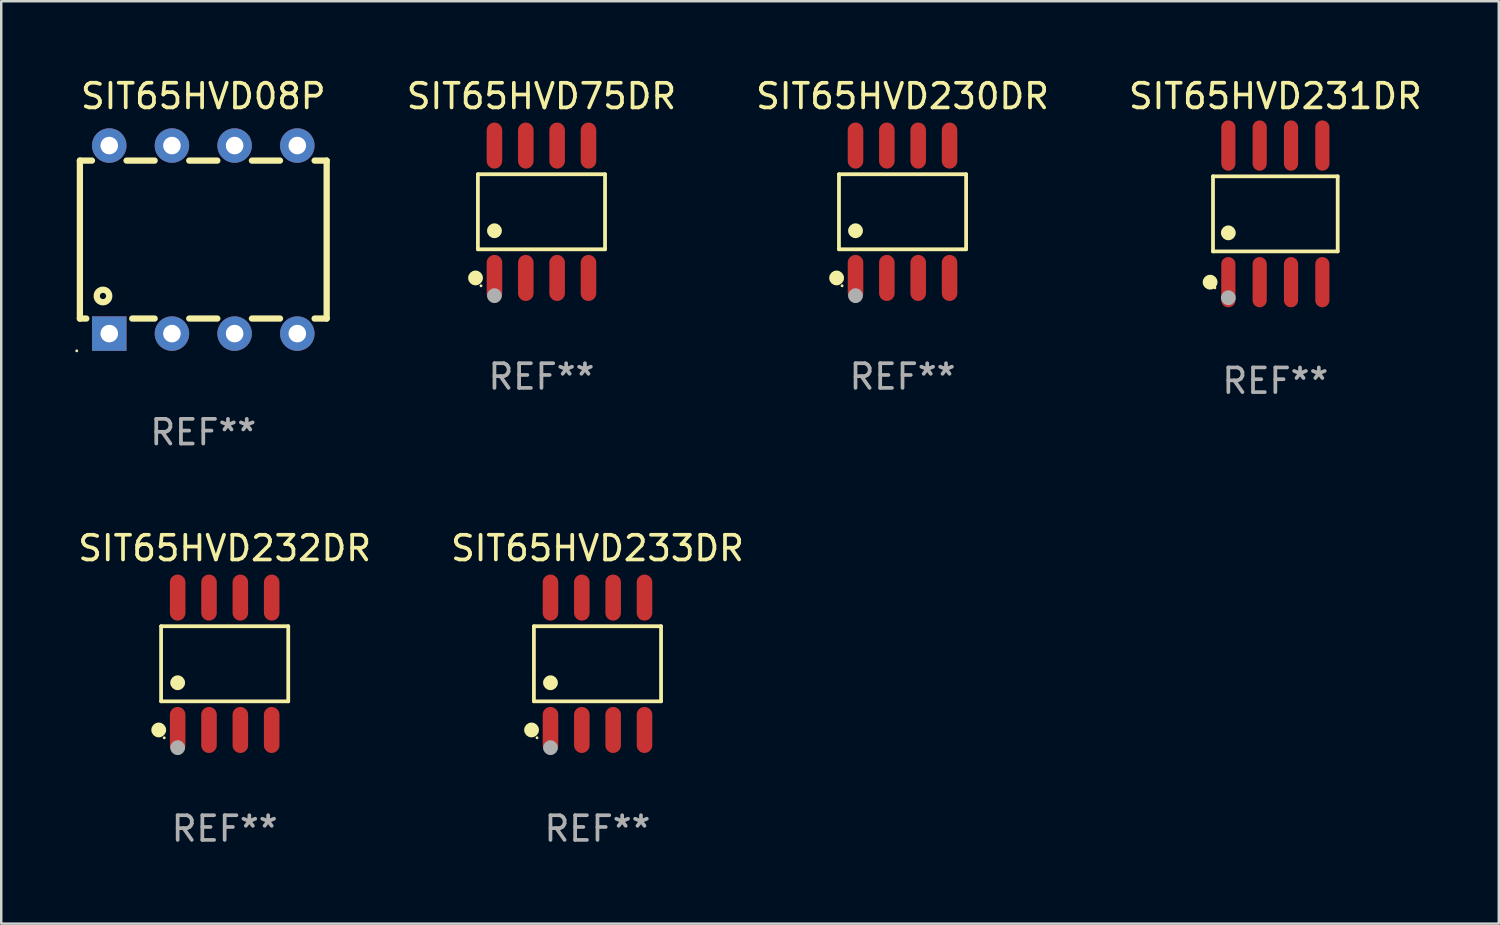
<source format=kicad_pcb>
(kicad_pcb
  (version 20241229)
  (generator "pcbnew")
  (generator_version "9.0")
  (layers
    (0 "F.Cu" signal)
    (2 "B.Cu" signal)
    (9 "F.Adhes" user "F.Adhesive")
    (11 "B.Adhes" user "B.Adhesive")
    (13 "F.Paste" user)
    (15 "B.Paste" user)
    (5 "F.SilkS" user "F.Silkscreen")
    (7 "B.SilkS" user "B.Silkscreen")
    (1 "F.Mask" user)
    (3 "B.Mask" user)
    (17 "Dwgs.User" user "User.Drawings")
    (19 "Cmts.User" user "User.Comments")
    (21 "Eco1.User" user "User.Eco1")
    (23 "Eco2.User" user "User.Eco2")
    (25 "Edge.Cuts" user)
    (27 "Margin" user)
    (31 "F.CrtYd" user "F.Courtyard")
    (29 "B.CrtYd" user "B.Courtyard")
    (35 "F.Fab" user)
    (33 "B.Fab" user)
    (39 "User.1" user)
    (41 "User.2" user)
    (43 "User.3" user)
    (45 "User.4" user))
  (footprint "SIT65HVD75DR"
    (layer "F.Cu")
    (at 18.891 5.531)
    (property "Reference" "SIT65HVD75DR" (at 0 -4.682 0) (layer "F.SilkS") (effects (font (size 1 1) (thickness 0.15))))
    (attr through_hole)
    (fp_line (start -2.576 -1.521) (end 2.576 -1.521) (stroke (width 0.152) (type solid)) (layer "F.SilkS"))
    (fp_line (start -2.576 1.521) (end -2.576 -1.521) (stroke (width 0.152) (type solid)) (layer "F.SilkS"))
    (fp_line (start 2.576 -1.521) (end 2.576 1.521) (stroke (width 0.152) (type solid)) (layer "F.SilkS"))
    (fp_line (start 2.576 1.521) (end -2.576 1.521) (stroke (width 0.152) (type solid)) (layer "F.SilkS"))
    (fp_circle (center -2.672 2.682) (end -2.522 2.682) (stroke (width 0.3) (type solid)) (fill no) (layer "F.SilkS"))
    (fp_circle (center -2.45 3) (end -2.42 3) (stroke (width 0.06) (type solid)) (fill no) (layer "F.SilkS"))
    (fp_circle (center -1.905 0.769) (end -1.755 0.769) (stroke (width 0.3) (type solid)) (fill no) (layer "F.SilkS"))
    (fp_circle (center -1.905 3.4) (end -1.755 3.4) (stroke (width 0.3) (type solid)) (fill no) (layer "F.Fab"))
    (fp_text user "REF**" (at 0 6.682 0) (layer "F.Fab") (effects (font (size 1 1) (thickness 0.15))))
    (pad "1" smd oval (at -1.905 2.682) (size 0.63 1.865) (layers "F.Cu" "F.Mask" "F.Paste"))
    (pad "2" smd oval (at -0.635 2.682) (size 0.63 1.865) (layers "F.Cu" "F.Mask" "F.Paste"))
    (pad "3" smd oval (at 0.635 2.682) (size 0.63 1.865) (layers "F.Cu" "F.Mask" "F.Paste"))
    (pad "4" smd oval (at 1.905 2.682) (size 0.63 1.865) (layers "F.Cu" "F.Mask" "F.Paste"))
    (pad "5" smd oval (at 1.905 -2.682) (size 0.63 1.865) (layers "F.Cu" "F.Mask" "F.Paste"))
    (pad "6" smd oval (at 0.635 -2.682) (size 0.63 1.865) (layers "F.Cu" "F.Mask" "F.Paste"))
    (pad "7" smd oval (at -0.635 -2.682) (size 0.63 1.865) (layers "F.Cu" "F.Mask" "F.Paste"))
    (pad "8" smd oval (at -1.905 -2.682) (size 0.63 1.865) (layers "F.Cu" "F.Mask" "F.Paste")))
  (footprint "SIT65HVD230DR"
    (layer "F.Cu")
    (at 33.522 5.531)
    (property "Reference" "SIT65HVD230DR" (at 0 -4.682 0) (layer "F.SilkS") (effects (font (size 1 1) (thickness 0.15))))
    (attr through_hole)
    (fp_line (start -2.576 -1.521) (end 2.576 -1.521) (stroke (width 0.152) (type solid)) (layer "F.SilkS"))
    (fp_line (start -2.576 1.521) (end -2.576 -1.521) (stroke (width 0.152) (type solid)) (layer "F.SilkS"))
    (fp_line (start 2.576 -1.521) (end 2.576 1.521) (stroke (width 0.152) (type solid)) (layer "F.SilkS"))
    (fp_line (start 2.576 1.521) (end -2.576 1.521) (stroke (width 0.152) (type solid)) (layer "F.SilkS"))
    (fp_circle (center -2.672 2.682) (end -2.522 2.682) (stroke (width 0.3) (type solid)) (fill no) (layer "F.SilkS"))
    (fp_circle (center -2.45 3) (end -2.42 3) (stroke (width 0.06) (type solid)) (fill no) (layer "F.SilkS"))
    (fp_circle (center -1.905 0.769) (end -1.755 0.769) (stroke (width 0.3) (type solid)) (fill no) (layer "F.SilkS"))
    (fp_circle (center -1.905 3.4) (end -1.755 3.4) (stroke (width 0.3) (type solid)) (fill no) (layer "F.Fab"))
    (fp_text user "REF**" (at 0 6.682 0) (layer "F.Fab") (effects (font (size 1 1) (thickness 0.15))))
    (pad "1" smd oval (at -1.905 2.682) (size 0.63 1.865) (layers "F.Cu" "F.Mask" "F.Paste"))
    (pad "2" smd oval (at -0.635 2.682) (size 0.63 1.865) (layers "F.Cu" "F.Mask" "F.Paste"))
    (pad "3" smd oval (at 0.635 2.682) (size 0.63 1.865) (layers "F.Cu" "F.Mask" "F.Paste"))
    (pad "4" smd oval (at 1.905 2.682) (size 0.63 1.865) (layers "F.Cu" "F.Mask" "F.Paste"))
    (pad "5" smd oval (at 1.905 -2.682) (size 0.63 1.865) (layers "F.Cu" "F.Mask" "F.Paste"))
    (pad "6" smd oval (at 0.635 -2.682) (size 0.63 1.865) (layers "F.Cu" "F.Mask" "F.Paste"))
    (pad "7" smd oval (at -0.635 -2.682) (size 0.63 1.865) (layers "F.Cu" "F.Mask" "F.Paste"))
    (pad "8" smd oval (at -1.905 -2.682) (size 0.63 1.865) (layers "F.Cu" "F.Mask" "F.Paste")))
  (footprint "SIT65HVD233DR"
    (layer "F.Cu")
    (at 21.161 23.847)
    (property "Reference" "SIT65HVD233DR" (at 0 -4.682 0) (layer "F.SilkS") (effects (font (size 1 1) (thickness 0.15))))
    (attr through_hole)
    (fp_line (start -2.576 -1.521) (end 2.576 -1.521) (stroke (width 0.152) (type solid)) (layer "F.SilkS"))
    (fp_line (start -2.576 1.521) (end -2.576 -1.521) (stroke (width 0.152) (type solid)) (layer "F.SilkS"))
    (fp_line (start 2.576 -1.521) (end 2.576 1.521) (stroke (width 0.152) (type solid)) (layer "F.SilkS"))
    (fp_line (start 2.576 1.521) (end -2.576 1.521) (stroke (width 0.152) (type solid)) (layer "F.SilkS"))
    (fp_circle (center -2.672 2.682) (end -2.522 2.682) (stroke (width 0.3) (type solid)) (fill no) (layer "F.SilkS"))
    (fp_circle (center -2.45 3) (end -2.42 3) (stroke (width 0.06) (type solid)) (fill no) (layer "F.SilkS"))
    (fp_circle (center -1.905 0.769) (end -1.755 0.769) (stroke (width 0.3) (type solid)) (fill no) (layer "F.SilkS"))
    (fp_circle (center -1.905 3.4) (end -1.755 3.4) (stroke (width 0.3) (type solid)) (fill no) (layer "F.Fab"))
    (fp_text user "REF**" (at 0 6.682 0) (layer "F.Fab") (effects (font (size 1 1) (thickness 0.15))))
    (pad "1" smd oval (at -1.905 2.682) (size 0.63 1.865) (layers "F.Cu" "F.Mask" "F.Paste"))
    (pad "2" smd oval (at -0.635 2.682) (size 0.63 1.865) (layers "F.Cu" "F.Mask" "F.Paste"))
    (pad "3" smd oval (at 0.635 2.682) (size 0.63 1.865) (layers "F.Cu" "F.Mask" "F.Paste"))
    (pad "4" smd oval (at 1.905 2.682) (size 0.63 1.865) (layers "F.Cu" "F.Mask" "F.Paste"))
    (pad "5" smd oval (at 1.905 -2.682) (size 0.63 1.865) (layers "F.Cu" "F.Mask" "F.Paste"))
    (pad "6" smd oval (at 0.635 -2.682) (size 0.63 1.865) (layers "F.Cu" "F.Mask" "F.Paste"))
    (pad "7" smd oval (at -0.635 -2.682) (size 0.63 1.865) (layers "F.Cu" "F.Mask" "F.Paste"))
    (pad "8" smd oval (at -1.905 -2.682) (size 0.63 1.865) (layers "F.Cu" "F.Mask" "F.Paste")))
  (footprint "SIT65HVD08P"
    (layer "F.Cu")
    (at 5.187 6.658)
    (property "Reference" "SIT65HVD08P" (at 0 -5.81 0) (layer "F.SilkS") (effects (font (size 1 1) (thickness 0.15))))
    (attr through_hole)
    (fp_line (start -5 -3.2) (end -5 3.2) (stroke (width 0.254) (type solid)) (layer "F.SilkS"))
    (fp_line (start -5 -3.2) (end -4.511 -3.2) (stroke (width 0.254) (type solid)) (layer "F.SilkS"))
    (fp_line (start -5 3.2) (end -4.74 3.2) (stroke (width 0.254) (type solid)) (layer "F.SilkS"))
    (fp_line (start -3.109 -3.2) (end -1.971 -3.2) (stroke (width 0.254) (type solid)) (layer "F.SilkS"))
    (fp_line (start -2.88 3.2) (end -1.971 3.2) (stroke (width 0.254) (type solid)) (layer "F.SilkS"))
    (fp_line (start -0.569 -3.2) (end 0.569 -3.2) (stroke (width 0.254) (type solid)) (layer "F.SilkS"))
    (fp_line (start -0.569 3.2) (end 0.569 3.2) (stroke (width 0.254) (type solid)) (layer "F.SilkS"))
    (fp_line (start 1.971 -3.2) (end 3.109 -3.2) (stroke (width 0.254) (type solid)) (layer "F.SilkS"))
    (fp_line (start 1.971 3.2) (end 3.109 3.2) (stroke (width 0.254) (type solid)) (layer "F.SilkS"))
    (fp_line (start 4.511 -3.2) (end 5 -3.2) (stroke (width 0.254) (type solid)) (layer "F.SilkS"))
    (fp_line (start 4.511 3.2) (end 5 3.2) (stroke (width 0.254) (type solid)) (layer "F.SilkS"))
    (fp_line (start 5 -3.2) (end 5 3.2) (stroke (width 0.254) (type solid)) (layer "F.SilkS"))
    (fp_circle (center -5.127 4.509) (end -5.097 4.509) (stroke (width 0.06) (type solid)) (fill no) (layer "F.SilkS"))
    (fp_circle (center -4.064 2.286) (end -3.81 2.286) (stroke (width 0.254) (type solid)) (fill no) (layer "F.SilkS"))
    (fp_text user "REF**" (at 0 7.81 0) (layer "F.Fab") (effects (font (size 1 1) (thickness 0.15))))
    (pad "1" thru_hole rect (at -3.81 3.81) (size 1.397 1.397) (drill 0.711) (layers "*.Cu" "*.Mask"))
    (pad "2" thru_hole circle (at -1.27 3.81) (size 1.397 1.397) (drill 0.711) (layers "*.Cu" "*.Mask"))
    (pad "3" thru_hole circle (at 1.27 3.81) (size 1.397 1.397) (drill 0.711) (layers "*.Cu" "*.Mask"))
    (pad "4" thru_hole circle (at 3.81 3.81) (size 1.397 1.397) (drill 0.711) (layers "*.Cu" "*.Mask"))
    (pad "5" thru_hole circle (at 3.81 -3.81) (size 1.397 1.397) (drill 0.711) (layers "*.Cu" "*.Mask"))
    (pad "6" thru_hole circle (at 1.27 -3.81) (size 1.397 1.397) (drill 0.711) (layers "*.Cu" "*.Mask"))
    (pad "7" thru_hole circle (at -1.27 -3.81) (size 1.397 1.397) (drill 0.711) (layers "*.Cu" "*.Mask"))
    (pad "8" thru_hole circle (at -3.81 -3.81) (size 1.397 1.397) (drill 0.711) (layers "*.Cu" "*.Mask")))
  (footprint "SIT65HVD231DR"
    (layer "F.Cu")
    (at 48.629 5.616)
    (property "Reference" "SIT65HVD231DR" (at 0 -4.768 0) (layer "F.SilkS") (effects (font (size 1 1) (thickness 0.15))))
    (attr through_hole)
    (fp_line (start -2.526 -1.521) (end 2.526 -1.521) (stroke (width 0.152) (type solid)) (layer "F.SilkS"))
    (fp_line (start -2.526 1.521) (end -2.526 -1.521) (stroke (width 0.152) (type solid)) (layer "F.SilkS"))
    (fp_line (start 2.526 -1.521) (end 2.526 1.521) (stroke (width 0.152) (type solid)) (layer "F.SilkS"))
    (fp_line (start 2.526 1.521) (end -2.526 1.521) (stroke (width 0.152) (type solid)) (layer "F.SilkS"))
    (fp_circle (center -2.644 2.768) (end -2.494 2.768) (stroke (width 0.3) (type solid)) (fill no) (layer "F.SilkS"))
    (fp_circle (center -2.45 2.998) (end -2.42 2.998) (stroke (width 0.06) (type solid)) (fill no) (layer "F.SilkS"))
    (fp_circle (center -1.905 0.769) (end -1.755 0.769) (stroke (width 0.3) (type solid)) (fill no) (layer "F.SilkS"))
    (fp_circle (center -1.905 3.398) (end -1.755 3.398) (stroke (width 0.3) (type solid)) (fill no) (layer "F.Fab"))
    (fp_text user "REF**" (at 0 6.768 0) (layer "F.Fab") (effects (font (size 1 1) (thickness 0.15))))
    (pad "1" smd oval (at -1.905 2.768) (size 0.574 2.036) (layers "F.Cu" "F.Mask" "F.Paste"))
    (pad "2" smd oval (at -0.635 2.768) (size 0.574 2.036) (layers "F.Cu" "F.Mask" "F.Paste"))
    (pad "3" smd oval (at 0.635 2.768) (size 0.574 2.036) (layers "F.Cu" "F.Mask" "F.Paste"))
    (pad "4" smd oval (at 1.905 2.768) (size 0.574 2.036) (layers "F.Cu" "F.Mask" "F.Paste"))
    (pad "5" smd oval (at 1.905 -2.768) (size 0.574 2.036) (layers "F.Cu" "F.Mask" "F.Paste"))
    (pad "6" smd oval (at 0.635 -2.768) (size 0.574 2.036) (layers "F.Cu" "F.Mask" "F.Paste"))
    (pad "7" smd oval (at -0.635 -2.768) (size 0.574 2.036) (layers "F.Cu" "F.Mask" "F.Paste"))
    (pad "8" smd oval (at -1.905 -2.768) (size 0.574 2.036) (layers "F.Cu" "F.Mask" "F.Paste")))
  (footprint "SIT65HVD232DR"
    (layer "F.Cu")
    (at 6.054 23.847)
    (property "Reference" "SIT65HVD232DR" (at 0 -4.682 0) (layer "F.SilkS") (effects (font (size 1 1) (thickness 0.15))))
    (attr through_hole)
    (fp_line (start -2.576 -1.521) (end 2.576 -1.521) (stroke (width 0.152) (type solid)) (layer "F.SilkS"))
    (fp_line (start -2.576 1.521) (end -2.576 -1.521) (stroke (width 0.152) (type solid)) (layer "F.SilkS"))
    (fp_line (start 2.576 -1.521) (end 2.576 1.521) (stroke (width 0.152) (type solid)) (layer "F.SilkS"))
    (fp_line (start 2.576 1.521) (end -2.576 1.521) (stroke (width 0.152) (type solid)) (layer "F.SilkS"))
    (fp_circle (center -2.672 2.682) (end -2.522 2.682) (stroke (width 0.3) (type solid)) (fill no) (layer "F.SilkS"))
    (fp_circle (center -2.45 3) (end -2.42 3) (stroke (width 0.06) (type solid)) (fill no) (layer "F.SilkS"))
    (fp_circle (center -1.905 0.769) (end -1.755 0.769) (stroke (width 0.3) (type solid)) (fill no) (layer "F.SilkS"))
    (fp_circle (center -1.905 3.4) (end -1.755 3.4) (stroke (width 0.3) (type solid)) (fill no) (layer "F.Fab"))
    (fp_text user "REF**" (at 0 6.682 0) (layer "F.Fab") (effects (font (size 1 1) (thickness 0.15))))
    (pad "1" smd oval (at -1.905 2.682) (size 0.63 1.865) (layers "F.Cu" "F.Mask" "F.Paste"))
    (pad "2" smd oval (at -0.635 2.682) (size 0.63 1.865) (layers "F.Cu" "F.Mask" "F.Paste"))
    (pad "3" smd oval (at 0.635 2.682) (size 0.63 1.865) (layers "F.Cu" "F.Mask" "F.Paste"))
    (pad "4" smd oval (at 1.905 2.682) (size 0.63 1.865) (layers "F.Cu" "F.Mask" "F.Paste"))
    (pad "5" smd oval (at 1.905 -2.682) (size 0.63 1.865) (layers "F.Cu" "F.Mask" "F.Paste"))
    (pad "6" smd oval (at 0.635 -2.682) (size 0.63 1.865) (layers "F.Cu" "F.Mask" "F.Paste"))
    (pad "7" smd oval (at -0.635 -2.682) (size 0.63 1.865) (layers "F.Cu" "F.Mask" "F.Paste"))
    (pad "8" smd oval (at -1.905 -2.682) (size 0.63 1.865) (layers "F.Cu" "F.Mask" "F.Paste")))
  (gr_rect
    (start -3 -3)
    (end 57.683 34.378)
    (stroke (width 0.1) (type default))
    (fill no)
    (layer "Edge.Cuts")))
</source>
